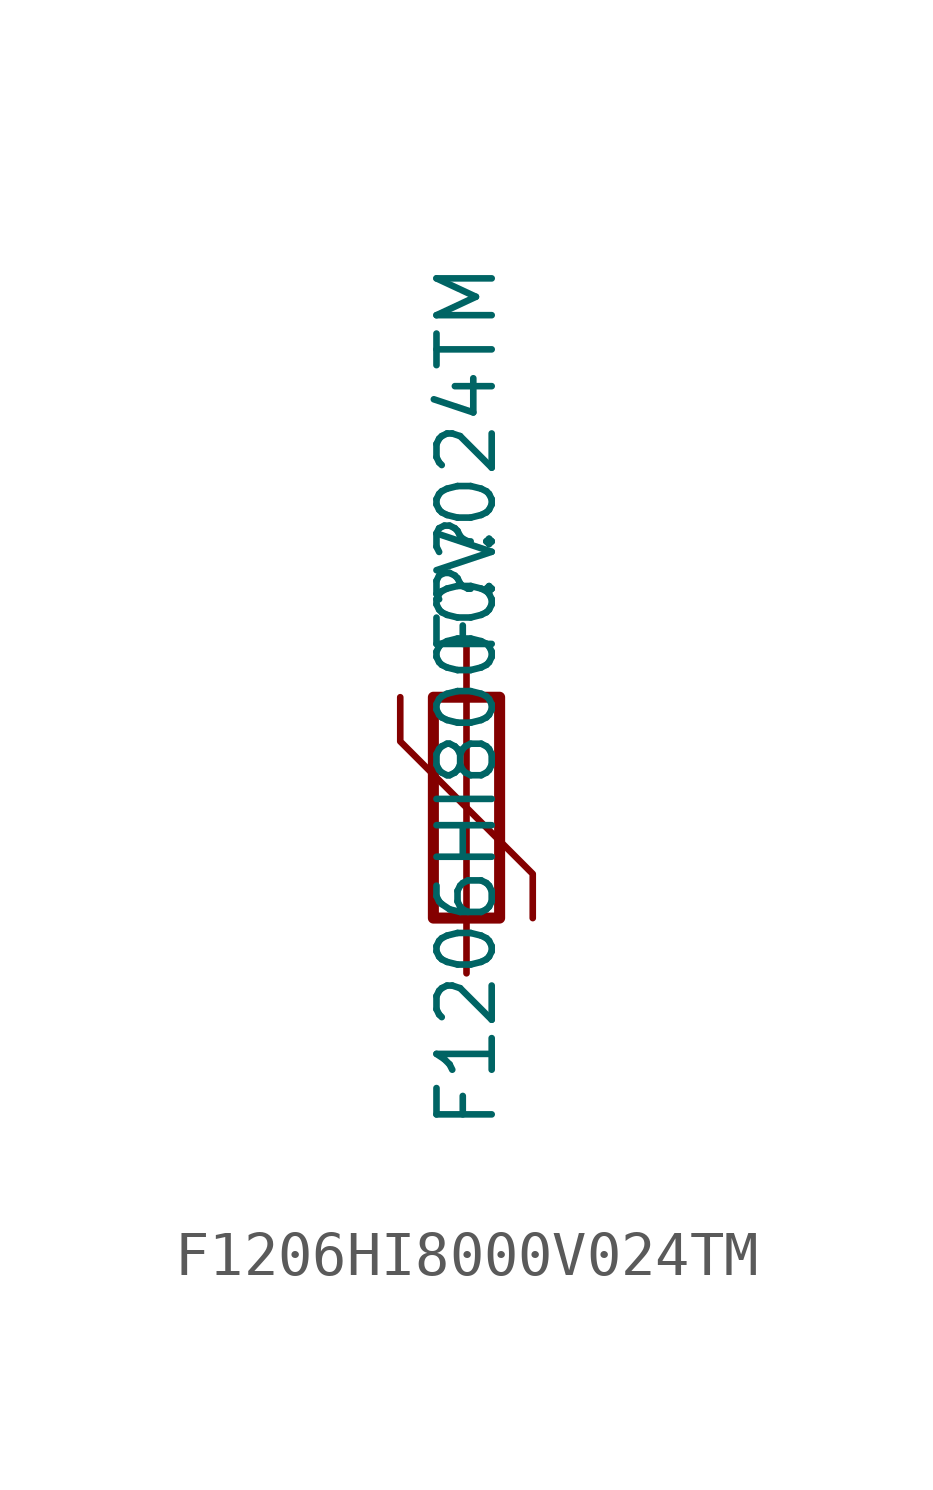
<source format=kicad_sym>
(kicad_symbol_lib
  (version 20211014)
  (generator kicad_symbol_editor)
  (symbol "F1206HI8000V024TM"
    (pin_numbers hide)
    (pin_names
      (offset 0))
    (property "Reference" "F?"
      (at 0 5.097 90)
      (effects (font (size 1.27 1.27))))
    (property "Value" "F1206HI8000V024TM"
      (at 0 2.56 90)
      (effects (font (size 1.27 1.27))))
    (symbol "F1206HI8000V024TM_0_1"
      (rectangle (start -0.762 2.54) (end 0.762 -2.54) (stroke (width 0.254) (type default) (color 0 0 0 0)) (fill (type none)))
      (polyline (pts (xy 0 2.54) (xy 0 -2.54)) (stroke (width 0) (type default) (color 0 0 0 0)) (fill (type none)))
      (polyline (pts (xy -1.524 2.54) (xy -1.524 1.524) (xy 1.524 -1.524) (xy 1.524 -2.54)) (stroke (width 0) (type default) (color 0 0 0 0)) (fill (type none))))
    (symbol "F1206HI8000V024TM_1_1"
      (pin passive line (at 0 3.81 270) (length 1.27) (name "~" (effects (font (size 1.27 1.27)))) (number "1" (effects (font (size 1.27 1.27)))))
      (pin passive line (at 0 -3.81 90) (length 1.27) (name "~" (effects (font (size 1.27 1.27)))) (number "2" (effects (font (size 1.27 1.27))))))))
</source>
